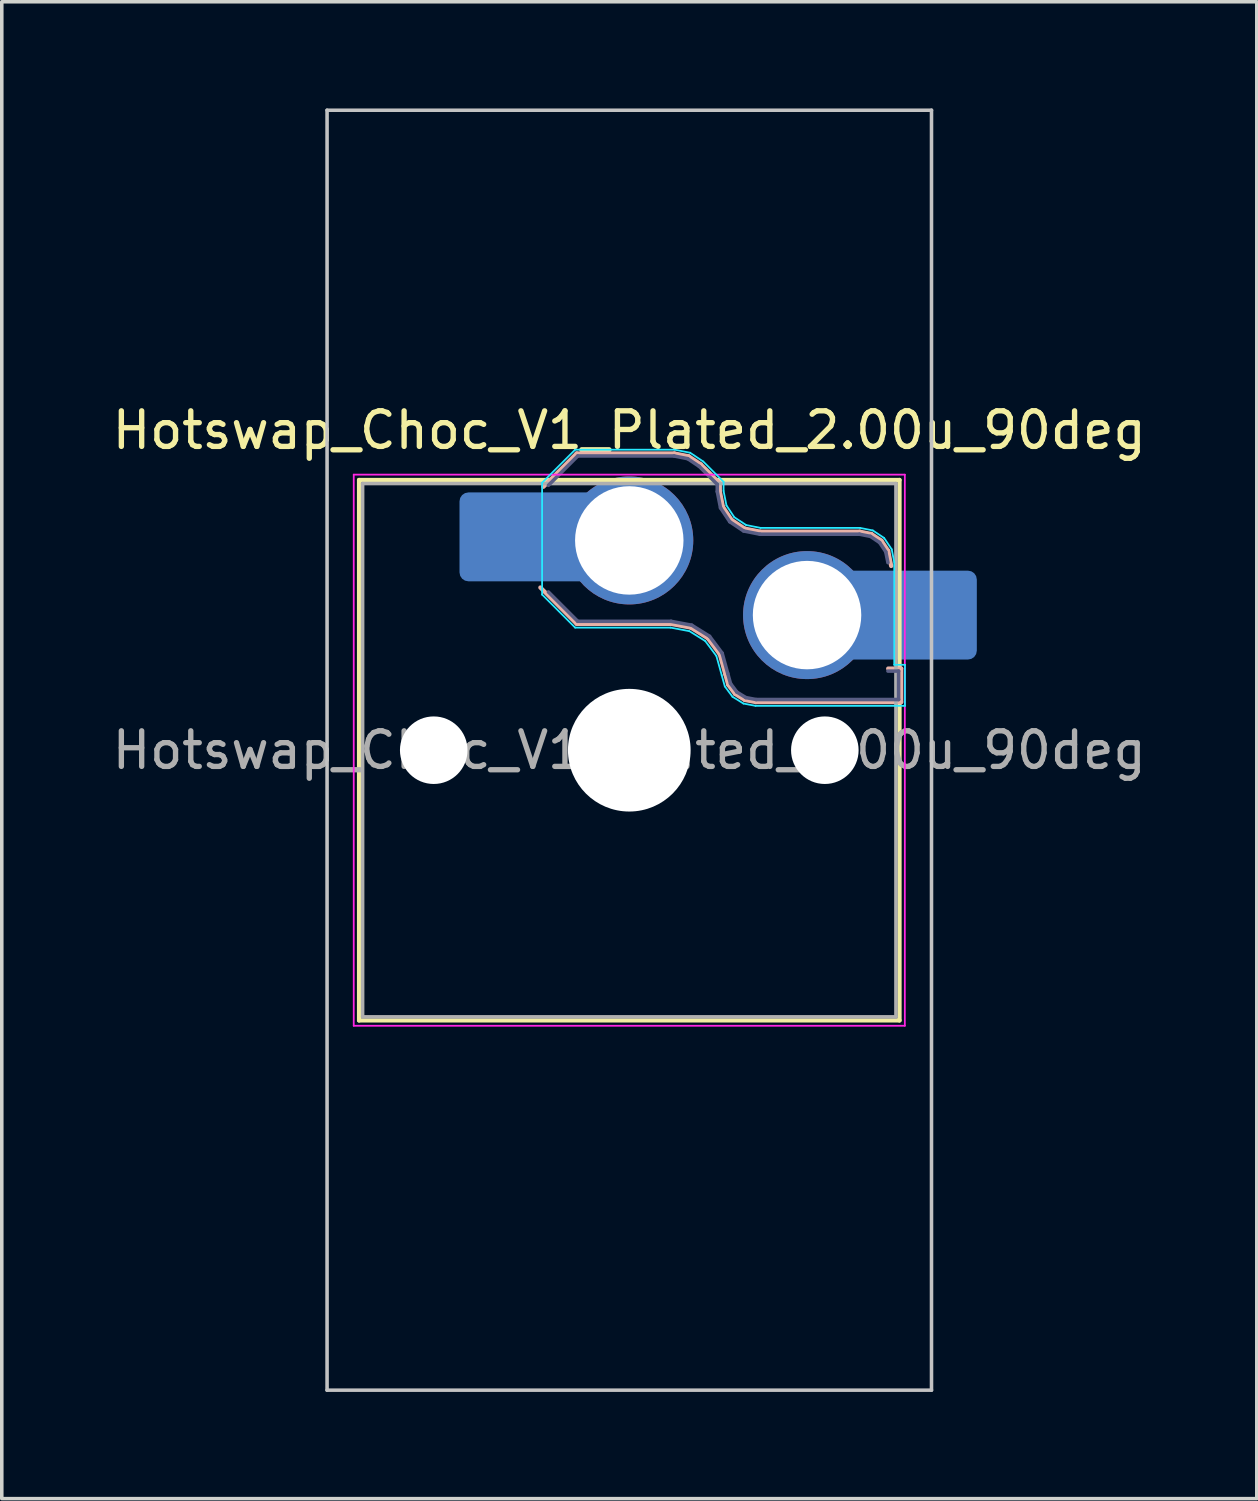
<source format=kicad_pcb>
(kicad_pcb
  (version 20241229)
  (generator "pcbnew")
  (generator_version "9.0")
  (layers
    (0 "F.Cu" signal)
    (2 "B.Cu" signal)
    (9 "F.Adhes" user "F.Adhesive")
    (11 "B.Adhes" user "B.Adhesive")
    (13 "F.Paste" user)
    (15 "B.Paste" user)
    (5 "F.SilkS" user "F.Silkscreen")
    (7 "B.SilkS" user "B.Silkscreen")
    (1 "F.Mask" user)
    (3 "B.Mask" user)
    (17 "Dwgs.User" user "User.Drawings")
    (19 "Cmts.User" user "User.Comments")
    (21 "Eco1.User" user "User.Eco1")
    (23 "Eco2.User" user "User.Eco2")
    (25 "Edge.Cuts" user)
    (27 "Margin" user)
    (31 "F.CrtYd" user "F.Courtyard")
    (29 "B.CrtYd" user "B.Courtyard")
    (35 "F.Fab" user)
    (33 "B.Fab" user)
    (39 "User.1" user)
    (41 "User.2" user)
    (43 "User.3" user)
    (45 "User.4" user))
  (footprint "Hotswap_Choc_V1_Plated_2.00u_90deg"
    (layer "F.Cu")
    (at 14.649 18.05)
    (property "Reference" "Hotswap_Choc_V1_Plated_2.00u_90deg" (at 0 -9 0) (layer "F.SilkS") (effects (font (size 1 1) (thickness 0.15))))
    (attr smd allow_soldermask_bridges)
    (fp_line (start -7.6 -7.6) (end -7.6 7.6) (stroke (width 0.12) (type solid)) (layer "F.SilkS"))
    (fp_line (start -7.6 7.6) (end 7.6 7.6) (stroke (width 0.12) (type solid)) (layer "F.SilkS"))
    (fp_line (start 7.6 -7.6) (end -7.6 -7.6) (stroke (width 0.12) (type solid)) (layer "F.SilkS"))
    (fp_line (start 7.6 7.6) (end 7.6 -7.6) (stroke (width 0.12) (type solid)) (layer "F.SilkS"))
    (fp_line (start -2.416 -7.409) (end -1.479 -8.346) (stroke (width 0.12) (type solid)) (layer "B.SilkS"))
    (fp_line (start -1.479 -8.346) (end 1.268 -8.346) (stroke (width 0.12) (type solid)) (layer "B.SilkS"))
    (fp_line (start -1.479 -3.554) (end -2.5 -4.575) (stroke (width 0.12) (type solid)) (layer "B.SilkS"))
    (fp_line (start 1.168 -3.554) (end -1.479 -3.554) (stroke (width 0.12) (type solid)) (layer "B.SilkS"))
    (fp_line (start 1.268 -8.346) (end 1.671 -8.266) (stroke (width 0.12) (type solid)) (layer "B.SilkS"))
    (fp_line (start 1.671 -8.266) (end 2.013 -8.037) (stroke (width 0.12) (type solid)) (layer "B.SilkS"))
    (fp_line (start 1.73 -3.449) (end 1.168 -3.554) (stroke (width 0.12) (type solid)) (layer "B.SilkS"))
    (fp_line (start 2.013 -8.037) (end 2.546 -7.504) (stroke (width 0.12) (type solid)) (layer "B.SilkS"))
    (fp_line (start 2.209 -3.15) (end 1.73 -3.449) (stroke (width 0.12) (type solid)) (layer "B.SilkS"))
    (fp_line (start 2.546 -7.504) (end 2.546 -7.282) (stroke (width 0.12) (type solid)) (layer "B.SilkS"))
    (fp_line (start 2.546 -7.282) (end 2.633 -6.844) (stroke (width 0.12) (type solid)) (layer "B.SilkS"))
    (fp_line (start 2.547 -2.697) (end 2.209 -3.15) (stroke (width 0.12) (type solid)) (layer "B.SilkS"))
    (fp_line (start 2.633 -6.844) (end 2.877 -6.477) (stroke (width 0.12) (type solid)) (layer "B.SilkS"))
    (fp_line (start 2.701 -2.139) (end 2.547 -2.697) (stroke (width 0.12) (type solid)) (layer "B.SilkS"))
    (fp_line (start 2.783 -1.841) (end 2.701 -2.139) (stroke (width 0.12) (type solid)) (layer "B.SilkS"))
    (fp_line (start 2.877 -6.477) (end 3.244 -6.233) (stroke (width 0.12) (type solid)) (layer "B.SilkS"))
    (fp_line (start 2.976 -1.583) (end 2.783 -1.841) (stroke (width 0.12) (type solid)) (layer "B.SilkS"))
    (fp_line (start 3.244 -6.233) (end 3.682 -6.146) (stroke (width 0.12) (type solid)) (layer "B.SilkS"))
    (fp_line (start 3.25 -1.413) (end 2.976 -1.583) (stroke (width 0.12) (type solid)) (layer "B.SilkS"))
    (fp_line (start 3.56 -1.354) (end 3.25 -1.413) (stroke (width 0.12) (type solid)) (layer "B.SilkS"))
    (fp_line (start 3.682 -6.146) (end 6.482 -6.146) (stroke (width 0.12) (type solid)) (layer "B.SilkS"))
    (fp_line (start 6.482 -6.146) (end 6.809 -6.081) (stroke (width 0.12) (type solid)) (layer "B.SilkS"))
    (fp_line (start 6.809 -6.081) (end 7.092 -5.892) (stroke (width 0.12) (type solid)) (layer "B.SilkS"))
    (fp_line (start 7.092 -5.892) (end 7.281 -5.609) (stroke (width 0.12) (type solid)) (layer "B.SilkS"))
    (fp_line (start 7.281 -5.609) (end 7.366 -5.182) (stroke (width 0.12) (type solid)) (layer "B.SilkS"))
    (fp_line (start 7.283 -2.296) (end 7.646 -2.296) (stroke (width 0.12) (type solid)) (layer "B.SilkS"))
    (fp_line (start 7.646 -2.296) (end 7.646 -1.354) (stroke (width 0.12) (type solid)) (layer "B.SilkS"))
    (fp_line (start 7.646 -1.354) (end 3.56 -1.354) (stroke (width 0.12) (type solid)) (layer "B.SilkS"))
    (fp_line (start -8.5 -18) (end 8.5 -18) (stroke (width 0.1) (type solid)) (layer "Dwgs.User"))
    (fp_line (start -8.5 18) (end -8.5 -18) (stroke (width 0.1) (type solid)) (layer "Dwgs.User"))
    (fp_line (start 8.5 -18) (end 8.5 18) (stroke (width 0.1) (type solid)) (layer "Dwgs.User"))
    (fp_line (start 8.5 18) (end -8.5 18) (stroke (width 0.1) (type solid)) (layer "Dwgs.User"))
    (fp_line (start -7.25 -7.25) (end -7.25 7.25) (stroke (width 0.1) (type solid)) (layer "Eco1.User"))
    (fp_line (start -7.25 7.25) (end 7.25 7.25) (stroke (width 0.1) (type solid)) (layer "Eco1.User"))
    (fp_line (start 7.25 -7.25) (end -7.25 -7.25) (stroke (width 0.1) (type solid)) (layer "Eco1.User"))
    (fp_line (start 7.25 7.25) (end 7.25 -7.25) (stroke (width 0.1) (type solid)) (layer "Eco1.User"))
    (fp_line (start -2.452 -7.523) (end -1.523 -8.452) (stroke (width 0.05) (type solid)) (layer "B.CrtYd"))
    (fp_line (start -2.452 -4.377) (end -2.452 -7.523) (stroke (width 0.05) (type solid)) (layer "B.CrtYd"))
    (fp_line (start -1.523 -8.452) (end 1.278 -8.452) (stroke (width 0.05) (type solid)) (layer "B.CrtYd"))
    (fp_line (start -1.523 -3.448) (end -2.452 -4.377) (stroke (width 0.05) (type solid)) (layer "B.CrtYd"))
    (fp_line (start 1.159 -3.448) (end -1.523 -3.448) (stroke (width 0.05) (type solid)) (layer "B.CrtYd"))
    (fp_line (start 1.278 -8.452) (end 1.712 -8.366) (stroke (width 0.05) (type solid)) (layer "B.CrtYd"))
    (fp_line (start 1.691 -3.348) (end 1.159 -3.448) (stroke (width 0.05) (type solid)) (layer "B.CrtYd"))
    (fp_line (start 1.712 -8.366) (end 2.081 -8.119) (stroke (width 0.05) (type solid)) (layer "B.CrtYd"))
    (fp_line (start 2.081 -8.119) (end 2.652 -7.548) (stroke (width 0.05) (type solid)) (layer "B.CrtYd"))
    (fp_line (start 2.136 -3.071) (end 1.691 -3.348) (stroke (width 0.05) (type solid)) (layer "B.CrtYd"))
    (fp_line (start 2.45 -2.65) (end 2.136 -3.071) (stroke (width 0.05) (type solid)) (layer "B.CrtYd"))
    (fp_line (start 2.599 -2.111) (end 2.45 -2.65) (stroke (width 0.05) (type solid)) (layer "B.CrtYd"))
    (fp_line (start 2.652 -7.548) (end 2.652 -7.292) (stroke (width 0.05) (type solid)) (layer "B.CrtYd"))
    (fp_line (start 2.652 -7.292) (end 2.733 -6.885) (stroke (width 0.05) (type solid)) (layer "B.CrtYd"))
    (fp_line (start 2.687 -1.794) (end 2.599 -2.111) (stroke (width 0.05) (type solid)) (layer "B.CrtYd"))
    (fp_line (start 2.733 -6.885) (end 2.953 -6.553) (stroke (width 0.05) (type solid)) (layer "B.CrtYd"))
    (fp_line (start 2.903 -1.503) (end 2.687 -1.794) (stroke (width 0.05) (type solid)) (layer "B.CrtYd"))
    (fp_line (start 2.953 -6.553) (end 3.285 -6.333) (stroke (width 0.05) (type solid)) (layer "B.CrtYd"))
    (fp_line (start 3.211 -1.312) (end 2.903 -1.503) (stroke (width 0.05) (type solid)) (layer "B.CrtYd"))
    (fp_line (start 3.285 -6.333) (end 3.692 -6.252) (stroke (width 0.05) (type solid)) (layer "B.CrtYd"))
    (fp_line (start 3.55 -1.248) (end 3.211 -1.312) (stroke (width 0.05) (type solid)) (layer "B.CrtYd"))
    (fp_line (start 3.692 -6.252) (end 6.492 -6.252) (stroke (width 0.05) (type solid)) (layer "B.CrtYd"))
    (fp_line (start 6.492 -6.252) (end 6.85 -6.181) (stroke (width 0.05) (type solid)) (layer "B.CrtYd"))
    (fp_line (start 6.85 -6.181) (end 7.168 -5.968) (stroke (width 0.05) (type solid)) (layer "B.CrtYd"))
    (fp_line (start 7.168 -5.968) (end 7.381 -5.65) (stroke (width 0.05) (type solid)) (layer "B.CrtYd"))
    (fp_line (start 7.381 -5.65) (end 7.452 -5.292) (stroke (width 0.05) (type solid)) (layer "B.CrtYd"))
    (fp_line (start 7.452 -5.292) (end 7.452 -2.402) (stroke (width 0.05) (type solid)) (layer "B.CrtYd"))
    (fp_line (start 7.452 -2.402) (end 7.752 -2.402) (stroke (width 0.05) (type solid)) (layer "B.CrtYd"))
    (fp_line (start 7.752 -2.402) (end 7.752 -1.248) (stroke (width 0.05) (type solid)) (layer "B.CrtYd"))
    (fp_line (start 7.752 -1.248) (end 3.55 -1.248) (stroke (width 0.05) (type solid)) (layer "B.CrtYd"))
    (fp_line (start -7.75 -7.75) (end -7.75 7.75) (stroke (width 0.05) (type solid)) (layer "F.CrtYd"))
    (fp_line (start -7.75 7.75) (end 7.75 7.75) (stroke (width 0.05) (type solid)) (layer "F.CrtYd"))
    (fp_line (start 7.75 -7.75) (end -7.75 -7.75) (stroke (width 0.05) (type solid)) (layer "F.CrtYd"))
    (fp_line (start 7.75 7.75) (end 7.75 -7.75) (stroke (width 0.05) (type solid)) (layer "F.CrtYd"))
    (fp_line (start -2.275 -7.45) (end -1.45 -8.275) (stroke (width 0.1) (type solid)) (layer "B.Fab"))
    (fp_line (start -1.45 -8.275) (end 1.261 -8.275) (stroke (width 0.1) (type solid)) (layer "B.Fab"))
    (fp_line (start -1.45 -3.625) (end -2.275 -4.45) (stroke (width 0.1) (type solid)) (layer "B.Fab"))
    (fp_line (start 1.175 -3.625) (end -1.45 -3.625) (stroke (width 0.1) (type solid)) (layer "B.Fab"))
    (fp_line (start 1.261 -8.275) (end 1.643 -8.199) (stroke (width 0.1) (type solid)) (layer "B.Fab"))
    (fp_line (start 1.643 -8.199) (end 1.968 -7.982) (stroke (width 0.1) (type solid)) (layer "B.Fab"))
    (fp_line (start 1.756 -3.516) (end 1.175 -3.625) (stroke (width 0.1) (type solid)) (layer "B.Fab"))
    (fp_line (start 1.968 -7.982) (end 2.475 -7.475) (stroke (width 0.1) (type solid)) (layer "B.Fab"))
    (fp_line (start 2.258 -3.203) (end 1.756 -3.516) (stroke (width 0.1) (type solid)) (layer "B.Fab"))
    (fp_line (start 2.475 -7.475) (end 2.475 -7.275) (stroke (width 0.1) (type solid)) (layer "B.Fab"))
    (fp_line (start 2.475 -7.275) (end 2.566 -6.816) (stroke (width 0.1) (type solid)) (layer "B.Fab"))
    (fp_line (start 2.566 -6.816) (end 2.826 -6.426) (stroke (width 0.1) (type solid)) (layer "B.Fab"))
    (fp_line (start 2.612 -2.729) (end 2.258 -3.203) (stroke (width 0.1) (type solid)) (layer "B.Fab"))
    (fp_line (start 2.769 -2.158) (end 2.612 -2.729) (stroke (width 0.1) (type solid)) (layer "B.Fab"))
    (fp_line (start 2.826 -6.426) (end 3.216 -6.166) (stroke (width 0.1) (type solid)) (layer "B.Fab"))
    (fp_line (start 2.848 -1.873) (end 2.769 -2.158) (stroke (width 0.1) (type solid)) (layer "B.Fab"))
    (fp_line (start 3.025 -1.636) (end 2.848 -1.873) (stroke (width 0.1) (type solid)) (layer "B.Fab"))
    (fp_line (start 3.216 -6.166) (end 3.675 -6.075) (stroke (width 0.1) (type solid)) (layer "B.Fab"))
    (fp_line (start 3.276 -1.48) (end 3.025 -1.636) (stroke (width 0.1) (type solid)) (layer "B.Fab"))
    (fp_line (start 3.567 -1.425) (end 3.276 -1.48) (stroke (width 0.1) (type solid)) (layer "B.Fab"))
    (fp_line (start 3.675 -6.075) (end 6.475 -6.075) (stroke (width 0.1) (type solid)) (layer "B.Fab"))
    (fp_line (start 6.475 -6.075) (end 6.781 -6.014) (stroke (width 0.1) (type solid)) (layer "B.Fab"))
    (fp_line (start 6.781 -6.014) (end 7.041 -5.841) (stroke (width 0.1) (type solid)) (layer "B.Fab"))
    (fp_line (start 7.041 -5.841) (end 7.214 -5.581) (stroke (width 0.1) (type solid)) (layer "B.Fab"))
    (fp_line (start 7.214 -5.581) (end 7.275 -5.275) (stroke (width 0.1) (type solid)) (layer "B.Fab"))
    (fp_line (start 7.275 -2.225) (end 7.575 -2.225) (stroke (width 0.1) (type solid)) (layer "B.Fab"))
    (fp_line (start 7.575 -2.225) (end 7.575 -1.425) (stroke (width 0.1) (type solid)) (layer "B.Fab"))
    (fp_line (start 7.575 -1.425) (end 3.567 -1.425) (stroke (width 0.1) (type solid)) (layer "B.Fab"))
    (fp_line (start -7.5 -7.5) (end -7.5 7.5) (stroke (width 0.1) (type solid)) (layer "F.Fab"))
    (fp_line (start -7.5 7.5) (end 7.5 7.5) (stroke (width 0.1) (type solid)) (layer "F.Fab"))
    (fp_line (start 7.5 -7.5) (end -7.5 -7.5) (stroke (width 0.1) (type solid)) (layer "F.Fab"))
    (fp_line (start 7.5 7.5) (end 7.5 -7.5) (stroke (width 0.1) (type solid)) (layer "F.Fab"))
    (fp_text user "${REFERENCE}" (at 0 0 0) (layer "F.Fab") (effects (font (size 1 1) (thickness 0.15))))
    (pad "" np_thru_hole circle (at -5.5 0) (size 1.9 1.9) (drill 1.9) (layers "*.Cu" "*.Mask"))
    (pad "" smd roundrect (at -3.5 -6) (size 2.55 2.5) (layers "B.Mask" "B.Paste") (roundrect_rratio 0.1))
    (pad "" np_thru_hole circle (at 0 0) (size 3.45 3.45) (drill 3.45) (layers "*.Cu" "*.Mask"))
    (pad "" np_thru_hole circle (at 5.5 0) (size 1.9 1.9) (drill 1.9) (layers "*.Cu" "*.Mask"))
    (pad "" smd roundrect (at 8.5 -3.8) (size 2.55 2.5) (layers "B.Mask" "B.Paste") (roundrect_rratio 0.1))
    (pad "1" smd roundrect (at -2.85 -6) (size 3.85 2.5) (layers "B.Cu") (roundrect_rratio 0.1))
    (pad "1" thru_hole circle (at 0 -5.9) (size 3.6 3.6) (drill 3.05) (layers "*.Cu" "*.Mask"))
    (pad "2" thru_hole circle (at 5 -3.8) (size 3.6 3.6) (drill 3.05) (layers "*.Cu" "*.Mask"))
    (pad "2" smd roundrect (at 7.85 -3.8) (size 3.85 2.5) (layers "B.Cu") (roundrect_rratio 0.1)))
  (gr_rect
    (start -3 -3)
    (end 32.298 39.1)
    (stroke (width 0.1) (type default))
    (fill no)
    (layer "Edge.Cuts")))
</source>
